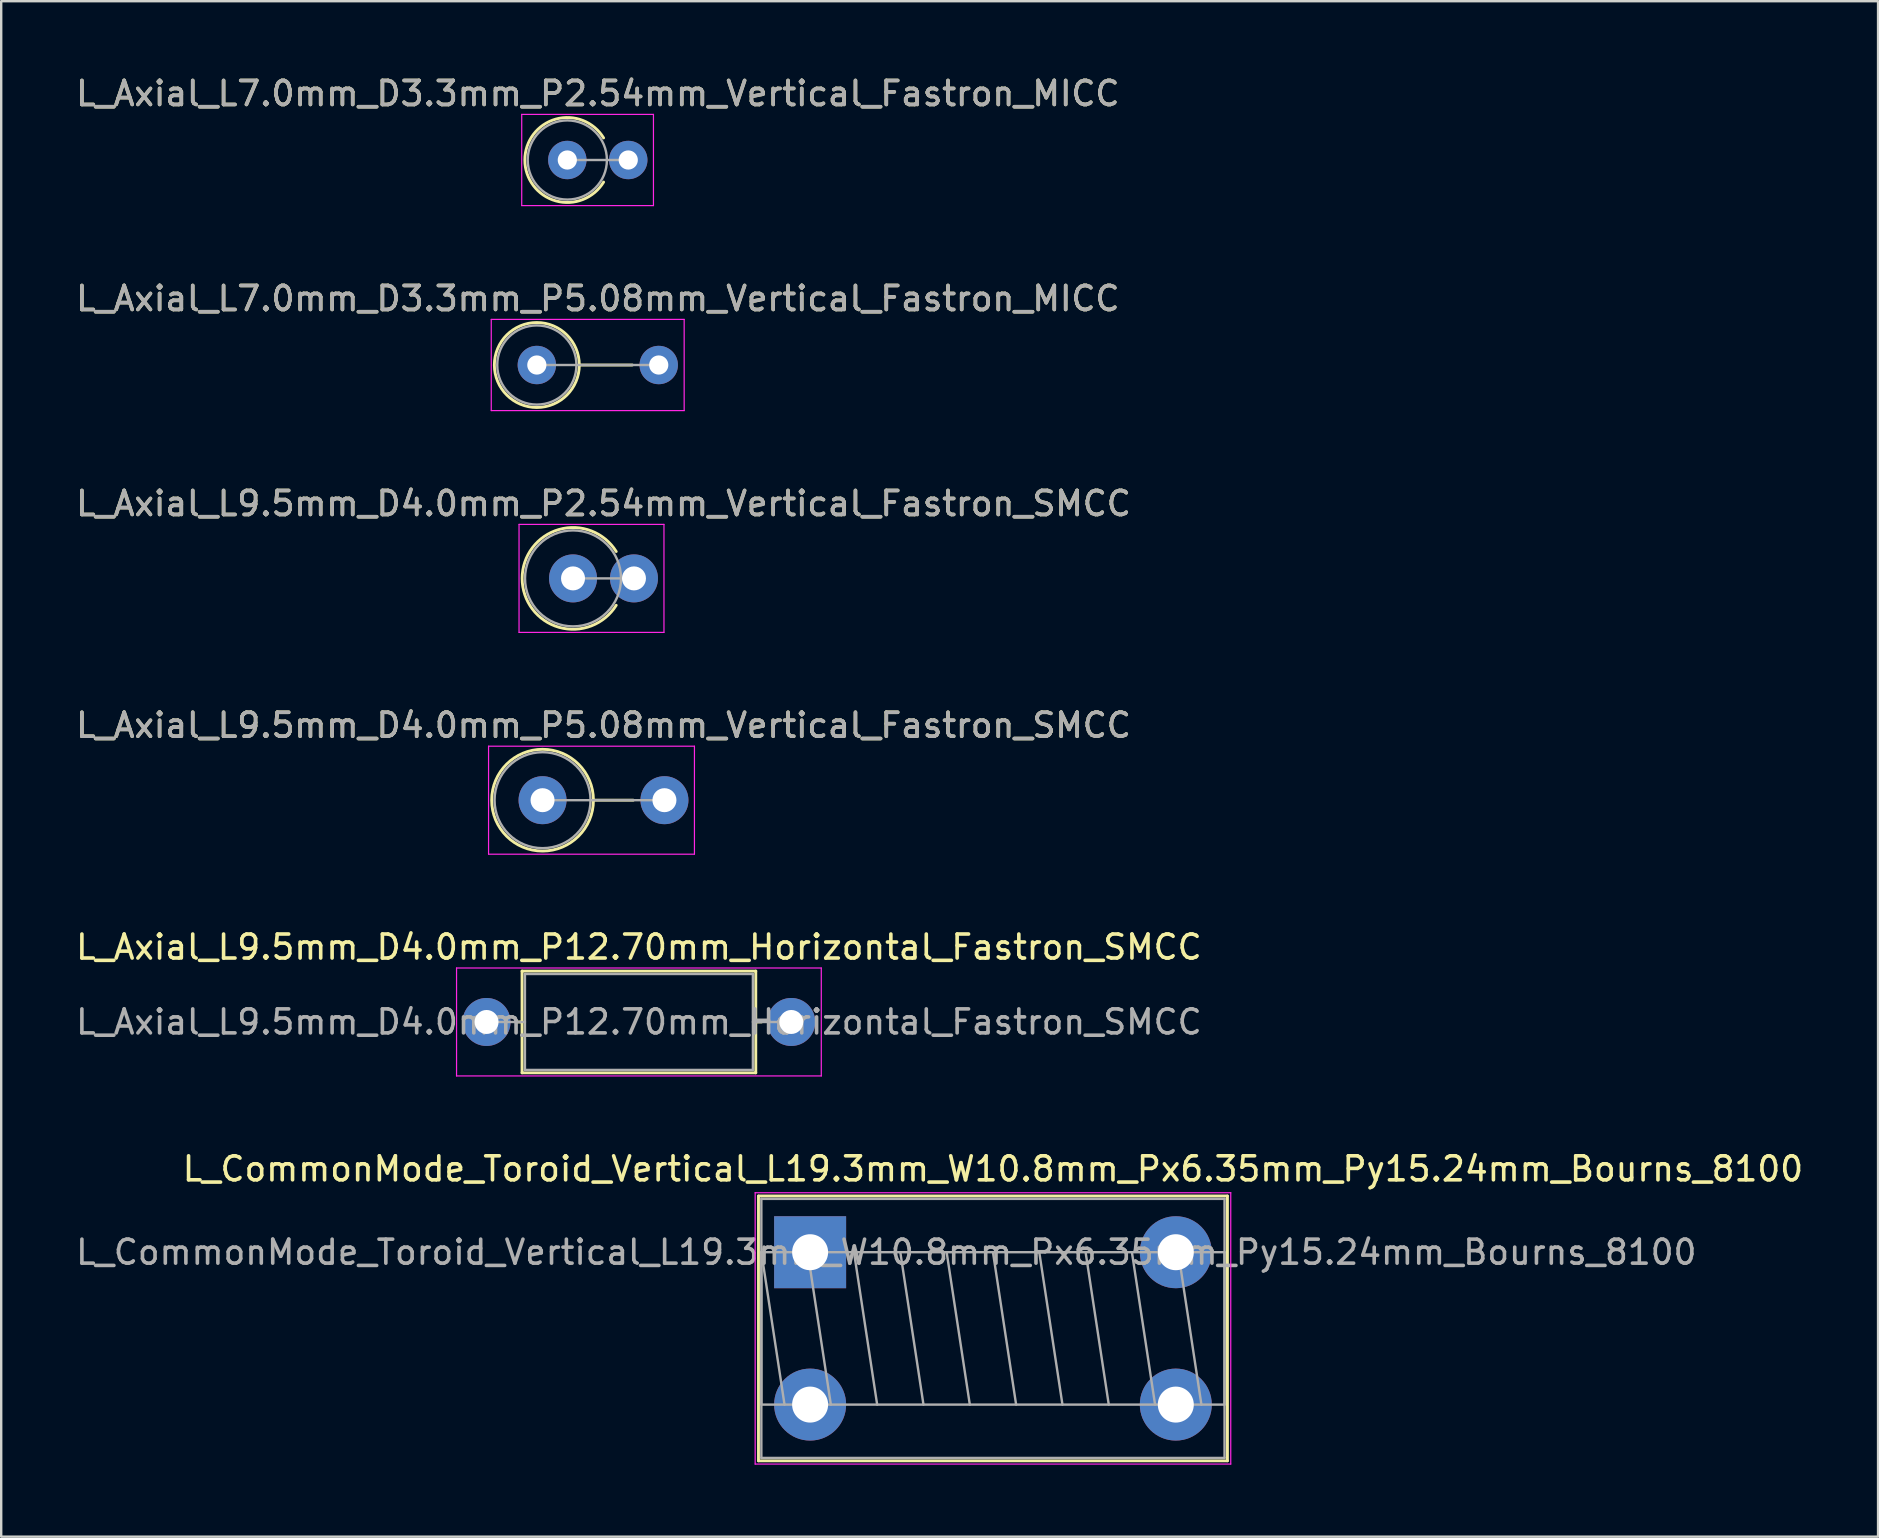
<source format=kicad_pcb>
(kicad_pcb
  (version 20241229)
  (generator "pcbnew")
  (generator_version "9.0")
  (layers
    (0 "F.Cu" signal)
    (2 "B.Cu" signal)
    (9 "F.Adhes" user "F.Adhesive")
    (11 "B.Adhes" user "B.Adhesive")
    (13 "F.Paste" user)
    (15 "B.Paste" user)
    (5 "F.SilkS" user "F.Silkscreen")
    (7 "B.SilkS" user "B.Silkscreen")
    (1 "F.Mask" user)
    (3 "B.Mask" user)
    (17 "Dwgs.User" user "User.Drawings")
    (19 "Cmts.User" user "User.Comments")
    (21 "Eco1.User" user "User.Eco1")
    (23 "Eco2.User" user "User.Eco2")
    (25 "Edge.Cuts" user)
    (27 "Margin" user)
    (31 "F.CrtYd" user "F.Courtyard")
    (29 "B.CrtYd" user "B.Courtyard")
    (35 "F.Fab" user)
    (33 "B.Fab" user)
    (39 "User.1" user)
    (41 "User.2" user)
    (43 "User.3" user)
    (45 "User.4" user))
  (footprint "L_Axial_L7.0mm_D3.3mm_P2.54mm_Vertical_Fastron_MICC"
    (layer "F.Cu")
    (at 20.593 3.618)
    (property "Reference" "L_Axial_L7.0mm_D3.3mm_P2.54mm_Vertical_Fastron_MICC" (at 1.27 -2.77 0) (layer "F.SilkS") (effects (font (size 1 1) (thickness 0.15))))
    (attr through_hole)
    (fp_arc (start 1.512118 0.92) (mid -1.77 0) (end 1.512118 -0.92) (stroke (width 0.12) (type solid)) (layer "F.SilkS"))
    (fp_line (start -1.9 -1.9) (end -1.9 1.9) (stroke (width 0.05) (type solid)) (layer "F.CrtYd"))
    (fp_line (start -1.9 1.9) (end 3.59 1.9) (stroke (width 0.05) (type solid)) (layer "F.CrtYd"))
    (fp_line (start 3.59 -1.9) (end -1.9 -1.9) (stroke (width 0.05) (type solid)) (layer "F.CrtYd"))
    (fp_line (start 3.59 1.9) (end 3.59 -1.9) (stroke (width 0.05) (type solid)) (layer "F.CrtYd"))
    (fp_line (start 0 0) (end 2.54 0) (stroke (width 0.1) (type solid)) (layer "F.Fab"))
    (fp_circle (center 0 0) (end 1.65 0) (stroke (width 0.1) (type solid)) (fill no) (layer "F.Fab"))
    (fp_text user "${REFERENCE}" (at 1.27 -2.77 0) (layer "F.Fab") (effects (font (size 1 1) (thickness 0.15))))
    (pad "1" thru_hole circle (at 0 0) (size 1.6 1.6) (drill 0.8) (layers "*.Cu" "*.Mask"))
    (pad "2" thru_hole oval (at 2.54 0) (size 1.6 1.6) (drill 0.8) (layers "*.Cu" "*.Mask")))
  (footprint "L_Axial_L9.5mm_D4.0mm_P5.08mm_Vertical_Fastron_SMCC"
    (layer "F.Cu")
    (at 19.561 30.298)
    (property "Reference" "L_Axial_L9.5mm_D4.0mm_P5.08mm_Vertical_Fastron_SMCC" (at 2.54 -3.12 0) (layer "F.SilkS") (effects (font (size 1 1) (thickness 0.15))))
    (attr through_hole)
    (fp_line (start 2.12 0) (end 3.78 0) (stroke (width 0.12) (type solid)) (layer "F.SilkS"))
    (fp_circle (center 0 0) (end 2.12 0) (stroke (width 0.12) (type solid)) (fill no) (layer "F.SilkS"))
    (fp_line (start -2.25 -2.25) (end -2.25 2.25) (stroke (width 0.05) (type solid)) (layer "F.CrtYd"))
    (fp_line (start -2.25 2.25) (end 6.33 2.25) (stroke (width 0.05) (type solid)) (layer "F.CrtYd"))
    (fp_line (start 6.33 -2.25) (end -2.25 -2.25) (stroke (width 0.05) (type solid)) (layer "F.CrtYd"))
    (fp_line (start 6.33 2.25) (end 6.33 -2.25) (stroke (width 0.05) (type solid)) (layer "F.CrtYd"))
    (fp_line (start 0 0) (end 5.08 0) (stroke (width 0.1) (type solid)) (layer "F.Fab"))
    (fp_circle (center 0 0) (end 2 0) (stroke (width 0.1) (type solid)) (fill no) (layer "F.Fab"))
    (fp_text user "${REFERENCE}" (at 2.54 -3.12 0) (layer "F.Fab") (effects (font (size 1 1) (thickness 0.15))))
    (pad "1" thru_hole circle (at 0 0) (size 2 2) (drill 1) (layers "*.Cu" "*.Mask"))
    (pad "2" thru_hole oval (at 5.08 0) (size 2 2) (drill 1) (layers "*.Cu" "*.Mask")))
  (footprint "L_CommonMode_Toroid_Vertical_L19.3mm_W10.8mm_Px6.35mm_Py15.24mm_Bourns_8100"
    (layer "F.Cu")
    (at 30.712 49.137)
    (property "Reference" "L_CommonMode_Toroid_Vertical_L19.3mm_W10.8mm_Px6.35mm_Py15.24mm_Bourns_8100" (at 7.62 -3.473 0) (layer "F.SilkS") (effects (font (size 1 1) (thickness 0.15))))
    (attr through_hole)
    (fp_line (start -2.152 -2.343) (end -2.152 8.693) (stroke (width 0.12) (type solid)) (layer "F.SilkS"))
    (fp_line (start -2.152 -2.343) (end 17.392 -2.343) (stroke (width 0.12) (type solid)) (layer "F.SilkS"))
    (fp_line (start -2.152 8.693) (end 17.392 8.693) (stroke (width 0.12) (type solid)) (layer "F.SilkS"))
    (fp_line (start 17.392 -2.343) (end 17.392 8.693) (stroke (width 0.12) (type solid)) (layer "F.SilkS"))
    (fp_line (start -2.29 -2.48) (end -2.29 8.83) (stroke (width 0.05) (type solid)) (layer "F.CrtYd"))
    (fp_line (start -2.29 8.83) (end 17.53 8.83) (stroke (width 0.05) (type solid)) (layer "F.CrtYd"))
    (fp_line (start 17.53 -2.48) (end -2.29 -2.48) (stroke (width 0.05) (type solid)) (layer "F.CrtYd"))
    (fp_line (start 17.53 8.83) (end 17.53 -2.48) (stroke (width 0.05) (type solid)) (layer "F.CrtYd"))
    (fp_line (start -2.032 -2.223) (end -2.032 8.572) (stroke (width 0.1) (type solid)) (layer "F.Fab"))
    (fp_line (start -2.032 0) (end -2.032 6.35) (stroke (width 0.1) (type solid)) (layer "F.Fab"))
    (fp_line (start -2.032 0) (end -1.067 6.35) (stroke (width 0.1) (type solid)) (layer "F.Fab"))
    (fp_line (start -2.032 6.35) (end 17.272 6.35) (stroke (width 0.1) (type solid)) (layer "F.Fab"))
    (fp_line (start -2.032 8.572) (end 17.272 8.572) (stroke (width 0.1) (type solid)) (layer "F.Fab"))
    (fp_line (start -0.102 0) (end 0.864 6.35) (stroke (width 0.1) (type solid)) (layer "F.Fab"))
    (fp_line (start 1.829 0) (end 2.794 6.35) (stroke (width 0.1) (type solid)) (layer "F.Fab"))
    (fp_line (start 3.759 0) (end 4.724 6.35) (stroke (width 0.1) (type solid)) (layer "F.Fab"))
    (fp_line (start 5.69 0) (end 6.655 6.35) (stroke (width 0.1) (type solid)) (layer "F.Fab"))
    (fp_line (start 7.62 0) (end 8.585 6.35) (stroke (width 0.1) (type solid)) (layer "F.Fab"))
    (fp_line (start 9.55 0) (end 10.516 6.35) (stroke (width 0.1) (type solid)) (layer "F.Fab"))
    (fp_line (start 11.481 0) (end 12.446 6.35) (stroke (width 0.1) (type solid)) (layer "F.Fab"))
    (fp_line (start 13.411 0) (end 14.376 6.35) (stroke (width 0.1) (type solid)) (layer "F.Fab"))
    (fp_line (start 15.342 0) (end 16.307 6.35) (stroke (width 0.1) (type solid)) (layer "F.Fab"))
    (fp_line (start 17.272 -2.223) (end -2.032 -2.223) (stroke (width 0.1) (type solid)) (layer "F.Fab"))
    (fp_line (start 17.272 0) (end -2.032 0) (stroke (width 0.1) (type solid)) (layer "F.Fab"))
    (fp_line (start 17.272 6.35) (end 17.272 0) (stroke (width 0.1) (type solid)) (layer "F.Fab"))
    (fp_line (start 17.272 8.572) (end 17.272 -2.223) (stroke (width 0.1) (type solid)) (layer "F.Fab"))
    (fp_text user "${REFERENCE}" (at 3.175 0 0) (layer "F.Fab") (effects (font (size 1 1) (thickness 0.15))))
    (pad "1" thru_hole rect (at 0 0) (size 3 3) (drill 1.5) (layers "*.Cu" "*.Mask"))
    (pad "2" thru_hole circle (at 0 6.35) (size 3 3) (drill 1.5) (layers "*.Cu" "*.Mask"))
    (pad "3" thru_hole circle (at 15.24 6.35) (size 3 3) (drill 1.5) (layers "*.Cu" "*.Mask"))
    (pad "4" thru_hole circle (at 15.24 0) (size 3 3) (drill 1.5) (layers "*.Cu" "*.Mask")))
  (footprint "L_Axial_L7.0mm_D3.3mm_P5.08mm_Vertical_Fastron_MICC"
    (layer "F.Cu")
    (at 19.323 12.162)
    (property "Reference" "L_Axial_L7.0mm_D3.3mm_P5.08mm_Vertical_Fastron_MICC" (at 2.54 -2.77 0) (layer "F.SilkS") (effects (font (size 1 1) (thickness 0.15))))
    (attr through_hole)
    (fp_line (start 1.77 0) (end 3.98 0) (stroke (width 0.12) (type solid)) (layer "F.SilkS"))
    (fp_circle (center 0 0) (end 1.77 0) (stroke (width 0.12) (type solid)) (fill no) (layer "F.SilkS"))
    (fp_line (start -1.9 -1.9) (end -1.9 1.9) (stroke (width 0.05) (type solid)) (layer "F.CrtYd"))
    (fp_line (start -1.9 1.9) (end 6.14 1.9) (stroke (width 0.05) (type solid)) (layer "F.CrtYd"))
    (fp_line (start 6.14 -1.9) (end -1.9 -1.9) (stroke (width 0.05) (type solid)) (layer "F.CrtYd"))
    (fp_line (start 6.14 1.9) (end 6.14 -1.9) (stroke (width 0.05) (type solid)) (layer "F.CrtYd"))
    (fp_line (start 0 0) (end 5.08 0) (stroke (width 0.1) (type solid)) (layer "F.Fab"))
    (fp_circle (center 0 0) (end 1.65 0) (stroke (width 0.1) (type solid)) (fill no) (layer "F.Fab"))
    (fp_text user "${REFERENCE}" (at 2.54 -2.77 0) (layer "F.Fab") (effects (font (size 1 1) (thickness 0.15))))
    (pad "1" thru_hole circle (at 0 0) (size 1.6 1.6) (drill 0.8) (layers "*.Cu" "*.Mask"))
    (pad "2" thru_hole oval (at 5.08 0) (size 1.6 1.6) (drill 0.8) (layers "*.Cu" "*.Mask")))
  (footprint "L_Axial_L9.5mm_D4.0mm_P12.70mm_Horizontal_Fastron_SMCC"
    (layer "F.Cu")
    (at 17.227 39.541)
    (property "Reference" "L_Axial_L9.5mm_D4.0mm_P12.70mm_Horizontal_Fastron_SMCC" (at 6.35 -3.12 0) (layer "F.SilkS") (effects (font (size 1 1) (thickness 0.15))))
    (attr through_hole)
    (fp_line (start 1.24 0) (end 1.48 0) (stroke (width 0.12) (type solid)) (layer "F.SilkS"))
    (fp_line (start 1.48 -2.12) (end 1.48 2.12) (stroke (width 0.12) (type solid)) (layer "F.SilkS"))
    (fp_line (start 1.48 2.12) (end 11.22 2.12) (stroke (width 0.12) (type solid)) (layer "F.SilkS"))
    (fp_line (start 11.22 -2.12) (end 1.48 -2.12) (stroke (width 0.12) (type solid)) (layer "F.SilkS"))
    (fp_line (start 11.22 2.12) (end 11.22 -2.12) (stroke (width 0.12) (type solid)) (layer "F.SilkS"))
    (fp_line (start 11.46 0) (end 11.22 0) (stroke (width 0.12) (type solid)) (layer "F.SilkS"))
    (fp_line (start -1.25 -2.25) (end -1.25 2.25) (stroke (width 0.05) (type solid)) (layer "F.CrtYd"))
    (fp_line (start -1.25 2.25) (end 13.95 2.25) (stroke (width 0.05) (type solid)) (layer "F.CrtYd"))
    (fp_line (start 13.95 -2.25) (end -1.25 -2.25) (stroke (width 0.05) (type solid)) (layer "F.CrtYd"))
    (fp_line (start 13.95 2.25) (end 13.95 -2.25) (stroke (width 0.05) (type solid)) (layer "F.CrtYd"))
    (fp_line (start 0 0) (end 1.6 0) (stroke (width 0.1) (type solid)) (layer "F.Fab"))
    (fp_line (start 1.6 -2) (end 1.6 2) (stroke (width 0.1) (type solid)) (layer "F.Fab"))
    (fp_line (start 1.6 2) (end 11.1 2) (stroke (width 0.1) (type solid)) (layer "F.Fab"))
    (fp_line (start 11.1 -2) (end 1.6 -2) (stroke (width 0.1) (type solid)) (layer "F.Fab"))
    (fp_line (start 11.1 2) (end 11.1 -2) (stroke (width 0.1) (type solid)) (layer "F.Fab"))
    (fp_line (start 12.7 0) (end 11.1 0) (stroke (width 0.1) (type solid)) (layer "F.Fab"))
    (fp_text user "${REFERENCE}" (at 6.35 0 0) (layer "F.Fab") (effects (font (size 1 1) (thickness 0.15))))
    (pad "1" thru_hole circle (at 0 0) (size 2 2) (drill 1) (layers "*.Cu" "*.Mask"))
    (pad "2" thru_hole oval (at 12.7 0) (size 2 2) (drill 1) (layers "*.Cu" "*.Mask")))
  (footprint "L_Axial_L9.5mm_D4.0mm_P2.54mm_Vertical_Fastron_SMCC"
    (layer "F.Cu")
    (at 20.831 21.055)
    (property "Reference" "L_Axial_L9.5mm_D4.0mm_P2.54mm_Vertical_Fastron_SMCC" (at 1.27 -3.12 0) (layer "F.SilkS") (effects (font (size 1 1) (thickness 0.15))))
    (attr through_hole)
    (fp_arc (start 1.8 1.12) (mid -2.12 0) (end 1.8 -1.12) (stroke (width 0.12) (type solid)) (layer "F.SilkS"))
    (fp_line (start -2.25 -2.25) (end -2.25 2.25) (stroke (width 0.05) (type solid)) (layer "F.CrtYd"))
    (fp_line (start -2.25 2.25) (end 3.79 2.25) (stroke (width 0.05) (type solid)) (layer "F.CrtYd"))
    (fp_line (start 3.79 -2.25) (end -2.25 -2.25) (stroke (width 0.05) (type solid)) (layer "F.CrtYd"))
    (fp_line (start 3.79 2.25) (end 3.79 -2.25) (stroke (width 0.05) (type solid)) (layer "F.CrtYd"))
    (fp_line (start 0 0) (end 2.54 0) (stroke (width 0.1) (type solid)) (layer "F.Fab"))
    (fp_circle (center 0 0) (end 2 0) (stroke (width 0.1) (type solid)) (fill no) (layer "F.Fab"))
    (fp_text user "${REFERENCE}" (at 1.27 -3.12 0) (layer "F.Fab") (effects (font (size 1 1) (thickness 0.15))))
    (pad "1" thru_hole circle (at 0 0) (size 2 2) (drill 1) (layers "*.Cu" "*.Mask"))
    (pad "2" thru_hole oval (at 2.54 0) (size 2 2) (drill 1) (layers "*.Cu" "*.Mask")))
  (gr_rect
    (start -3 -3)
    (end 75.219 60.992)
    (stroke (width 0.1) (type default))
    (fill no)
    (layer "Edge.Cuts")))
</source>
